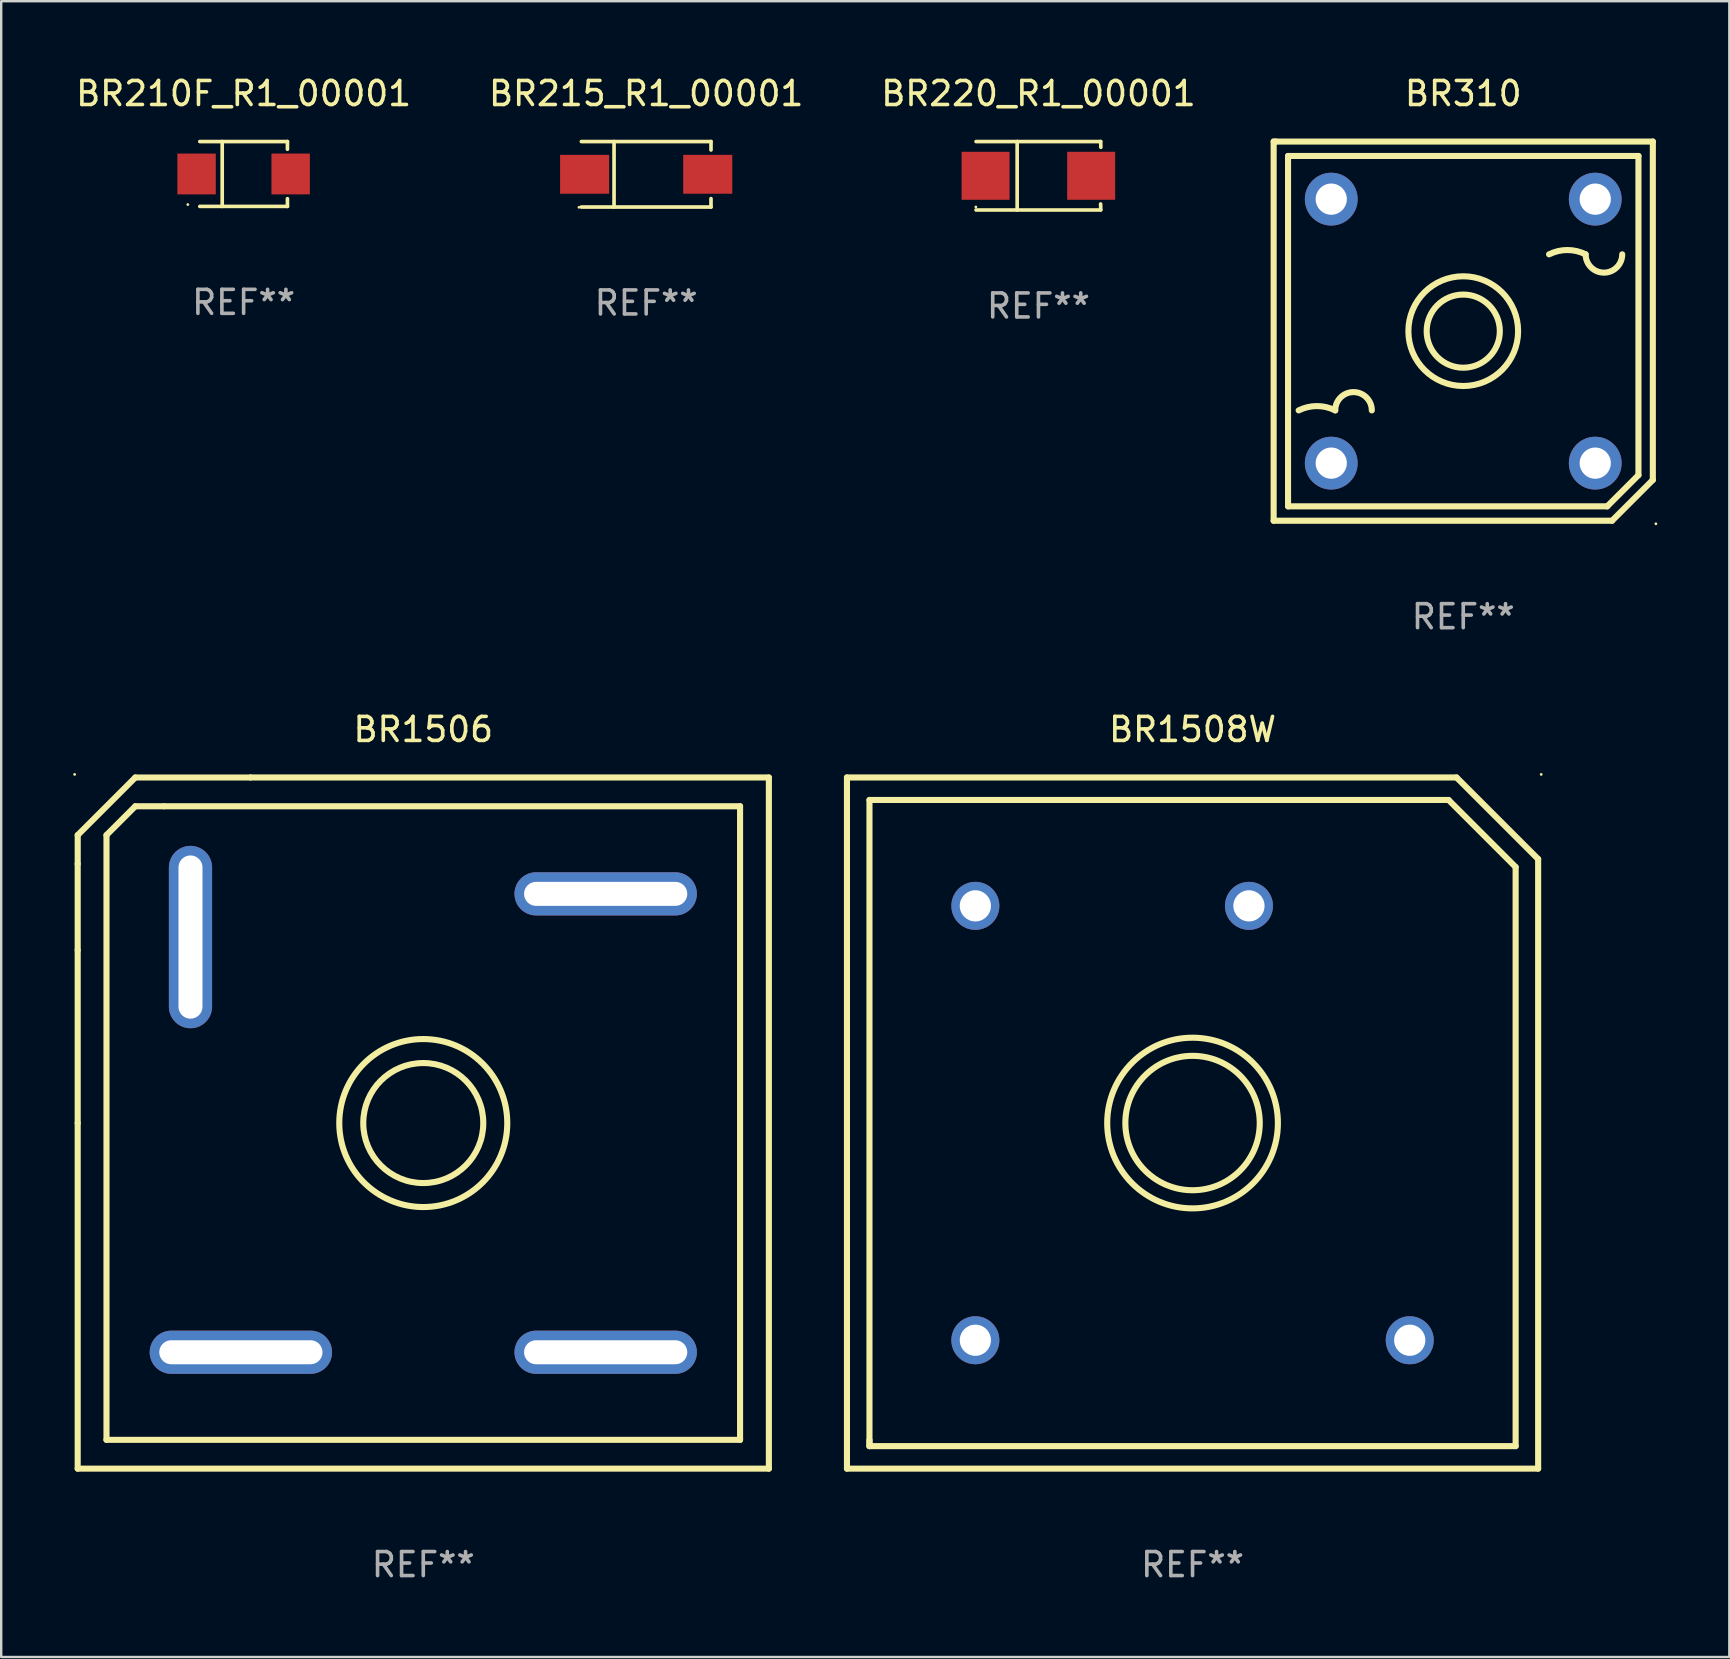
<source format=kicad_pcb>
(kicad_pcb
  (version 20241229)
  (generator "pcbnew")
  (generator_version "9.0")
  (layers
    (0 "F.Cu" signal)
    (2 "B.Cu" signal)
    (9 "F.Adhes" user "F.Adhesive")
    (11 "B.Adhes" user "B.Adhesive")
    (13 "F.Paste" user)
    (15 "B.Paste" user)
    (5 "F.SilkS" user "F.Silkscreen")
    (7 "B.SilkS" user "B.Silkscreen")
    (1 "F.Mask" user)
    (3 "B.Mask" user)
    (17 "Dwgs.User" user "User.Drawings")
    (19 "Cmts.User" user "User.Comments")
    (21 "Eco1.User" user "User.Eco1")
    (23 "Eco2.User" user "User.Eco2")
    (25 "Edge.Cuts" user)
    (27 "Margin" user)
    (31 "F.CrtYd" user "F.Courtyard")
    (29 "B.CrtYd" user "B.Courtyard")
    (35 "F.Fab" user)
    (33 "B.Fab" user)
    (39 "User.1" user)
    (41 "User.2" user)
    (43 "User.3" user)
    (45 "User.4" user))
  (footprint "BR220_R1_00001"
    (layer "F.Cu")
    (at 40.22 4.274)
    (property "Reference" "BR220_R1_00001" (at 0 -3.426 0) (layer "F.SilkS") (effects (font (size 1 1) (thickness 0.15))))
    (attr through_hole)
    (fp_line (start -2.6 -1.426) (end 2.593 -1.426) (stroke (width 0.152) (type solid)) (layer "F.SilkS"))
    (fp_line (start -2.6 1.426) (end 2.593 1.426) (stroke (width 0.152) (type solid)) (layer "F.SilkS"))
    (fp_line (start -0.887 -1.426) (end -0.887 1.426) (stroke (width 0.152) (type solid)) (layer "F.SilkS"))
    (fp_line (start 2.59 1.176) (end 2.597 1.415) (stroke (width 0.152) (type solid)) (layer "F.SilkS"))
    (fp_line (start 2.593 -1.426) (end 2.6 -1.187) (stroke (width 0.152) (type solid)) (layer "F.SilkS"))
    (fp_circle (center -2.608 1.3) (end -2.578 1.3) (stroke (width 0.06) (type solid)) (fill no) (layer "F.SilkS"))
    (fp_text user "REF**" (at 0 5.426 0) (layer "F.Fab") (effects (font (size 1 1) (thickness 0.15))))
    (pad "1" smd rect (at -2.203 0 180) (size 2 2) (layers "F.Cu" "F.Mask" "F.Paste"))
    (pad "2" smd rect (at 2.197 0 180) (size 2 2) (layers "F.Cu" "F.Mask" "F.Paste")))
  (footprint "BR1506"
    (layer "F.Cu")
    (at 14.587 43.745)
    (property "Reference" "BR1506" (at 0 -16.4 0) (layer "F.SilkS") (effects (font (size 1 1) (thickness 0.15))))
    (attr through_hole)
    (fp_line (start -14.4 -10.8) (end -14.4 -7.2) (stroke (width 0.254) (type solid)) (layer "F.SilkS"))
    (fp_line (start -14.4 0) (end -14.4 -7.2) (stroke (width 0.254) (type solid)) (layer "F.SilkS"))
    (fp_line (start -14.4 14.4) (end -14.4 0) (stroke (width 0.254) (type solid)) (layer "F.SilkS"))
    (fp_line (start -14.399 -11.999) (end -14.399 -10.8) (stroke (width 0.254) (type solid)) (layer "F.SilkS"))
    (fp_line (start -13.2 -11.999) (end -11.999 -13.2) (stroke (width 0.254) (type solid)) (layer "F.SilkS"))
    (fp_line (start -13.2 13.2) (end -13.2 -11.999) (stroke (width 0.254) (type solid)) (layer "F.SilkS"))
    (fp_line (start -11.999 -14.399) (end -14.399 -11.999) (stroke (width 0.254) (type solid)) (layer "F.SilkS"))
    (fp_line (start -11.999 -13.2) (end -10.8 -13.2) (stroke (width 0.254) (type solid)) (layer "F.SilkS"))
    (fp_line (start -10.8 -13.2) (end 13.2 -13.2) (stroke (width 0.254) (type solid)) (layer "F.SilkS"))
    (fp_line (start -7.201 -14.399) (end -11.999 -14.399) (stroke (width 0.254) (type solid)) (layer "F.SilkS"))
    (fp_line (start 13.2 -13.2) (end 13.2 13.2) (stroke (width 0.254) (type solid)) (layer "F.SilkS"))
    (fp_line (start 13.2 13.2) (end -13.2 13.2) (stroke (width 0.254) (type solid)) (layer "F.SilkS"))
    (fp_line (start 14.4 -14.4) (end -7.2 -14.4) (stroke (width 0.254) (type solid)) (layer "F.SilkS"))
    (fp_line (start 14.4 -14.4) (end 14.4 14.4) (stroke (width 0.254) (type solid)) (layer "F.SilkS"))
    (fp_line (start 14.4 14.4) (end -14.4 14.4) (stroke (width 0.254) (type solid)) (layer "F.SilkS"))
    (fp_circle (center -14.527 -14.527) (end -14.497 -14.527) (stroke (width 0.06) (type solid)) (fill no) (layer "F.SilkS"))
    (fp_circle (center 0 0) (end 2.5 0) (stroke (width 0.254) (type solid)) (fill no) (layer "F.SilkS"))
    (fp_circle (center 0 0) (end 3.5 0) (stroke (width 0.254) (type solid)) (fill no) (layer "F.SilkS"))
    (fp_text user "REF**" (at 0 18.4 0) (layer "F.Fab") (effects (font (size 1 1) (thickness 0.15))))
    (pad "1" thru_hole oval (at -9.7 -7.75) (size 1.8 7.6) (drill oval 1 6.8) (layers "*.Cu" "*.Mask"))
    (pad "2" thru_hole oval (at -7.6 9.55 90) (size 1.8 7.6) (drill oval 1 6.8) (layers "*.Cu" "*.Mask"))
    (pad "3" thru_hole oval (at 7.6 9.55 90) (size 1.8 7.6) (drill oval 1 6.8) (layers "*.Cu" "*.Mask"))
    (pad "4" thru_hole oval (at 7.6 -9.55 90) (size 1.8 7.6) (drill oval 1 6.8) (layers "*.Cu" "*.Mask")))
  (footprint "BR310"
    (layer "F.Cu")
    (at 57.92 10.748)
    (property "Reference" "BR310" (at 0 -9.9 0) (layer "F.SilkS") (effects (font (size 1 1) (thickness 0.15))))
    (attr through_hole)
    (fp_line (start -7.9 -7.9) (end -7.8 -7.9) (stroke (width 0.254) (type solid)) (layer "F.SilkS"))
    (fp_line (start -7.9 7.9) (end -7.9 -7.9) (stroke (width 0.254) (type solid)) (layer "F.SilkS"))
    (fp_line (start -7.8 -7.9) (end 7.9 -7.9) (stroke (width 0.254) (type solid)) (layer "F.SilkS"))
    (fp_line (start -7.3 -7.3) (end 7.3 -7.3) (stroke (width 0.254) (type solid)) (layer "F.SilkS"))
    (fp_line (start -7.3 7.3) (end -7.3 -7.3) (stroke (width 0.254) (type solid)) (layer "F.SilkS"))
    (fp_line (start 5.999 7.3) (end -7.3 7.3) (stroke (width 0.254) (type solid)) (layer "F.SilkS"))
    (fp_line (start 6.2 7.9) (end -7.9 7.9) (stroke (width 0.254) (type solid)) (layer "F.SilkS"))
    (fp_line (start 7.3 -7.3) (end 7.3 5.999) (stroke (width 0.254) (type solid)) (layer "F.SilkS"))
    (fp_line (start 7.3 5.999) (end 5.999 7.3) (stroke (width 0.254) (type solid)) (layer "F.SilkS"))
    (fp_line (start 7.9 -7.9) (end 7.9 6.2) (stroke (width 0.254) (type solid)) (layer "F.SilkS"))
    (fp_line (start 7.9 6.2) (end 6.2 7.9) (stroke (width 0.254) (type solid)) (layer "F.SilkS"))
    (fp_arc (start -6.858014 3.302007) (mid -6.096012 3.122123) (end -5.334011 3.302007) (stroke (width 0.254001) (type solid)) (layer "F.SilkS"))
    (fp_arc (start -5.33401 3.302007) (mid -4.572009 2.540006) (end -3.810008 3.302007) (stroke (width 0.254001) (type solid)) (layer "F.SilkS"))
    (fp_arc (start 3.576022 -3.2) (mid 4.338024 -3.379884) (end 5.100025 -3.2) (stroke (width 0.254001) (type solid)) (layer "F.SilkS"))
    (fp_arc (start 6.624028 -3.2) (mid 5.862027 -2.437999) (end 5.100026 -3.2) (stroke (width 0.254001) (type solid)) (layer "F.SilkS"))
    (fp_circle (center 0 0) (end 1.524 0) (stroke (width 0.254) (type solid)) (fill no) (layer "F.SilkS"))
    (fp_circle (center 0 0) (end 2.286 0) (stroke (width 0.254) (type solid)) (fill no) (layer "F.SilkS"))
    (fp_circle (center 8.027 8.027) (end 8.057 8.027) (stroke (width 0.06) (type solid)) (fill no) (layer "F.SilkS"))
    (fp_text user "-" (at -6.604 -3.302 0) (layer "B.Mask") (effects (font (size 1 1) (thickness 0.15))))
    (fp_text user "+" (at 4.318 3.117 0) (layer "B.Mask") (effects (font (size 1 1) (thickness 0.15))))
    (fp_text user "REF**" (at 0 11.9 0) (layer "F.Fab") (effects (font (size 1 1) (thickness 0.15))))
    (pad "1" thru_hole circle (at 5.5 5.5) (size 2.2 2.2) (drill 1.3) (layers "*.Cu" "*.Mask"))
    (pad "2" thru_hole circle (at 5.5 -5.5) (size 2.2 2.2) (drill 1.3) (layers "*.Cu" "*.Mask"))
    (pad "3" thru_hole circle (at -5.5 -5.5) (size 2.2 2.2) (drill 1.3) (layers "*.Cu" "*.Mask"))
    (pad "4" thru_hole circle (at -5.5 5.5) (size 2.2 2.2) (drill 1.3) (layers "*.Cu" "*.Mask")))
  (footprint "BR1508W"
    (layer "F.Cu")
    (at 46.641 43.745)
    (property "Reference" "BR1508W" (at 0 -16.4 0) (layer "F.SilkS") (effects (font (size 1 1) (thickness 0.15))))
    (attr through_hole)
    (fp_line (start -14.4 14.4) (end 14.4 14.4) (stroke (width 0.254) (type solid)) (layer "F.SilkS"))
    (fp_line (start -14.4 14.4) (end -14.4 -14.4) (stroke (width 0.254) (type solid)) (layer "F.SilkS"))
    (fp_line (start -13.462 -13.462) (end 10.668 -13.462) (stroke (width 0.254) (type solid)) (layer "F.SilkS"))
    (fp_line (start -13.462 13.462) (end -13.462 -13.462) (stroke (width 0.254) (type solid)) (layer "F.SilkS"))
    (fp_line (start -13.462 13.462) (end -13.462 13.208) (stroke (width 0.254) (type solid)) (layer "F.SilkS"))
    (fp_line (start 10.668 -13.462) (end 13.462 -10.668) (stroke (width 0.254) (type solid)) (layer "F.SilkS"))
    (fp_line (start 11 -14.4) (end -14.4 -14.4) (stroke (width 0.254) (type solid)) (layer "F.SilkS"))
    (fp_line (start 11 -14.4) (end 14.4 -11) (stroke (width 0.254) (type solid)) (layer "F.SilkS"))
    (fp_line (start 13.462 -10.668) (end 13.462 13.462) (stroke (width 0.254) (type solid)) (layer "F.SilkS"))
    (fp_line (start 13.462 13.462) (end -13.462 13.462) (stroke (width 0.254) (type solid)) (layer "F.SilkS"))
    (fp_line (start 14.4 14.4) (end 14.4 -11) (stroke (width 0.254) (type solid)) (layer "F.SilkS"))
    (fp_circle (center 0 -0.000381) (end 2.8 -0.000381) (stroke (width 0.254) (type solid)) (fill no) (layer "F.SilkS"))
    (fp_circle (center 0 -0.000381) (end 3.556 -0.000381) (stroke (width 0.254) (type solid)) (fill no) (layer "F.SilkS"))
    (fp_circle (center 14.527 -14.527) (end 14.557 -14.527) (stroke (width 0.06) (type solid)) (fill no) (layer "F.SilkS"))
    (fp_text user "REF**" (at 0 18.4 0) (layer "F.Fab") (effects (font (size 1 1) (thickness 0.15))))
    (pad "1" thru_hole circle (at 2.35 -9.05) (size 2 2) (drill 1.3) (layers "*.Cu" "*.Mask"))
    (pad "2" thru_hole circle (at 9.05 9.05) (size 2 2) (drill 1.3) (layers "*.Cu" "*.Mask"))
    (pad "3" thru_hole circle (at -9.05 9.05) (size 2 2) (drill 1.3) (layers "*.Cu" "*.Mask"))
    (pad "4" thru_hole circle (at -9.05 -9.05) (size 2 2) (drill 1.3) (layers "*.Cu" "*.Mask")))
  (footprint "BR210F_R1_00001"
    (layer "F.Cu")
    (at 7.101 4.199)
    (property "Reference" "BR210F_R1_00001" (at 0 -3.351 0) (layer "F.SilkS") (effects (font (size 1 1) (thickness 0.15))))
    (attr through_hole)
    (fp_line (start -1.826 -1.351) (end 1.826 -1.351) (stroke (width 0.152) (type solid)) (layer "F.SilkS"))
    (fp_line (start -1.826 1.351) (end 1.826 1.351) (stroke (width 0.152) (type solid)) (layer "F.SilkS"))
    (fp_line (start -0.892 -1.351) (end -0.892 1.351) (stroke (width 0.152) (type solid)) (layer "F.SilkS"))
    (fp_line (start 1.826 -1.351) (end 1.826 -1.03) (stroke (width 0.152) (type solid)) (layer "F.SilkS"))
    (fp_line (start 1.826 1.03) (end 1.826 1.351) (stroke (width 0.152) (type solid)) (layer "F.SilkS"))
    (fp_circle (center -2.325 1.275) (end -2.295 1.275) (stroke (width 0.06) (type solid)) (fill no) (layer "F.SilkS"))
    (fp_text user "REF**" (at 0 5.351 0) (layer "F.Fab") (effects (font (size 1 1) (thickness 0.15))))
    (pad "1" smd rect (at -1.96 0 180) (size 1.6 1.7) (layers "F.Cu" "F.Mask" "F.Paste"))
    (pad "2" smd rect (at 1.96 0 180) (size 1.6 1.7) (layers "F.Cu" "F.Mask" "F.Paste")))
  (footprint "BR215_R1_00001"
    (layer "F.Cu")
    (at 23.875 4.212)
    (property "Reference" "BR215_R1_00001" (at 0 -3.364 0) (layer "F.SilkS") (effects (font (size 1 1) (thickness 0.15))))
    (attr through_hole)
    (fp_line (start -2.701 -1.364) (end 2.701 -1.364) (stroke (width 0.152) (type solid)) (layer "F.SilkS"))
    (fp_line (start -2.701 1.364) (end 2.701 1.364) (stroke (width 0.152) (type solid)) (layer "F.SilkS"))
    (fp_line (start -1.339 -1.364) (end -1.339 1.364) (stroke (width 0.152) (type solid)) (layer "F.SilkS"))
    (fp_line (start 2.701 -1.364) (end 2.701 -1.013) (stroke (width 0.152) (type solid)) (layer "F.SilkS"))
    (fp_line (start 2.701 1.364) (end 2.701 1.013) (stroke (width 0.152) (type solid)) (layer "F.SilkS"))
    (fp_circle (center -2.8 1.375) (end -2.77 1.375) (stroke (width 0.06) (type solid)) (fill no) (layer "F.SilkS"))
    (fp_text user "REF**" (at 0 5.364 0) (layer "F.Fab") (effects (font (size 1 1) (thickness 0.15))))
    (pad "1" smd rect (at -2.565 -0.000025) (size 2.046 1.62) (layers "F.Cu" "F.Mask" "F.Paste"))
    (pad "2" smd rect (at 2.565 -0.000025) (size 2.046 1.62) (layers "F.Cu" "F.Mask" "F.Paste")))
  (gr_rect
    (start -3 -3)
    (end 69.007 65.994)
    (stroke (width 0.1) (type default))
    (fill no)
    (layer "Edge.Cuts")))
</source>
